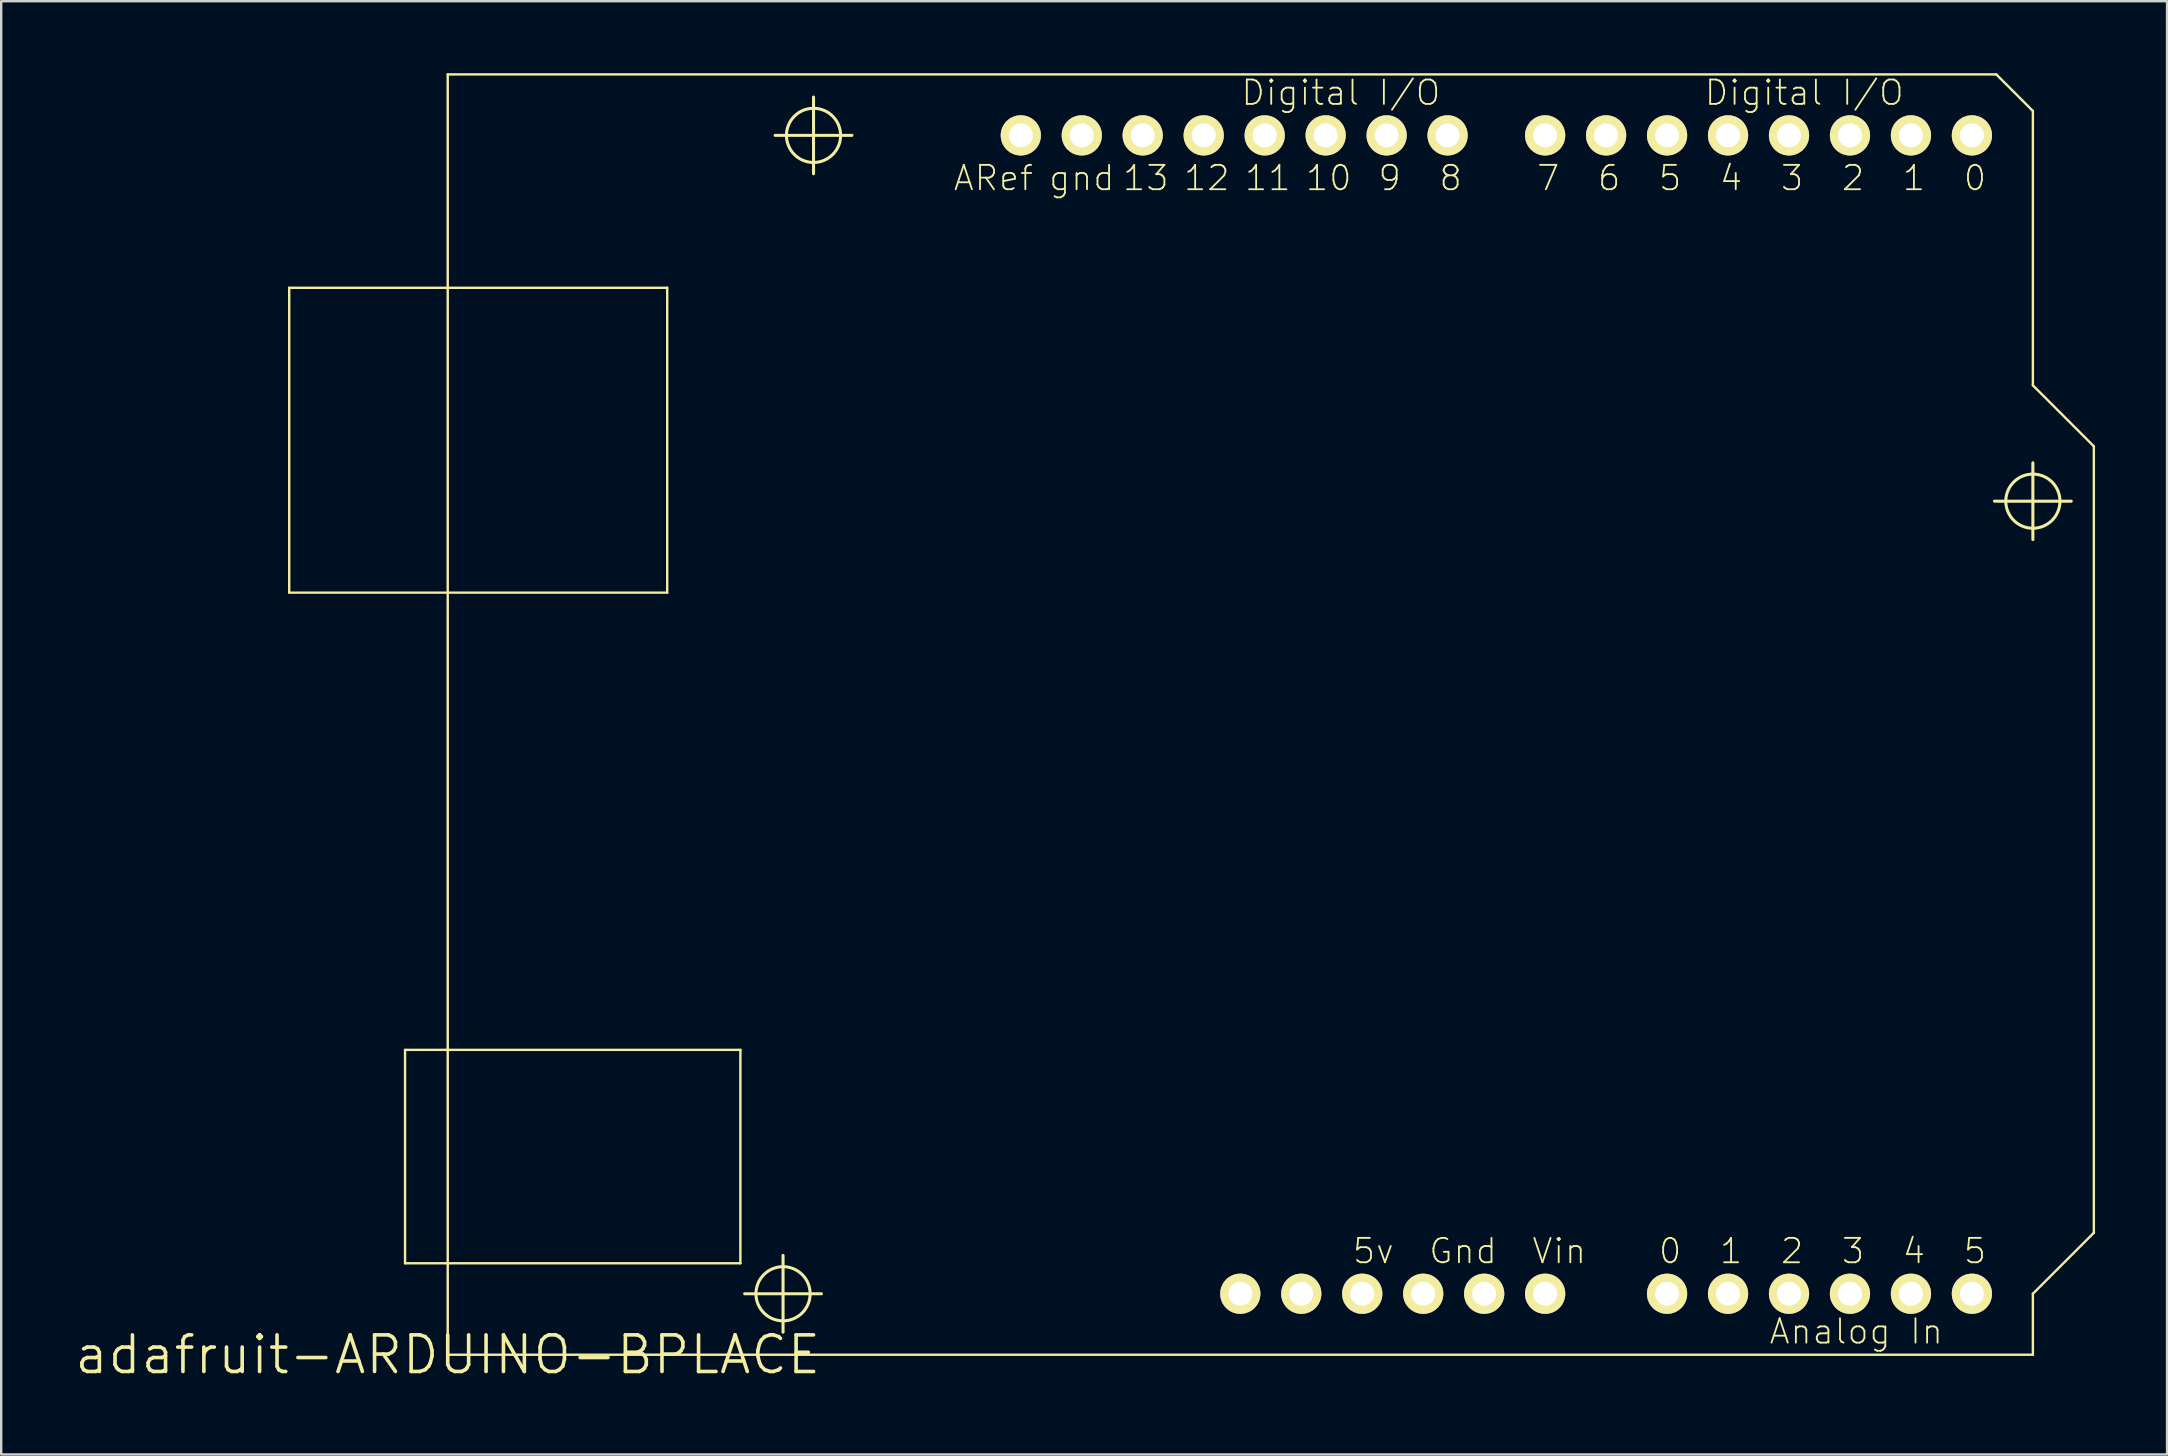
<source format=kicad_pcb>
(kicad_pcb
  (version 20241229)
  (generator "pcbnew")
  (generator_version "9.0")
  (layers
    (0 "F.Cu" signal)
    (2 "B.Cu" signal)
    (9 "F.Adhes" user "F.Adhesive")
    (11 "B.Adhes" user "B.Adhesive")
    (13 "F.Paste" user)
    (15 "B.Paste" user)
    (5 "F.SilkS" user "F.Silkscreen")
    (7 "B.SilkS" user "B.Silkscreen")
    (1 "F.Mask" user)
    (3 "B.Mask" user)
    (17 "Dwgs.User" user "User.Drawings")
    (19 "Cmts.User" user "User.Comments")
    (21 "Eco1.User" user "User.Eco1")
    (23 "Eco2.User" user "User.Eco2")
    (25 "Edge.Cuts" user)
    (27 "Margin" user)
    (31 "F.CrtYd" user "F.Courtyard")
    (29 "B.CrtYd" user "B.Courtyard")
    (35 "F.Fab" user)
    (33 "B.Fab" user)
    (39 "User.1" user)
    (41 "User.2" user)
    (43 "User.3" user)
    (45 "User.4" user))
  (footprint "adafruit-ARDUINO-BPLACE"
    (layer "F.Cu")
    (at 15.603 53.39)
    (property "Reference" "adafruit-ARDUINO-BPLACE" (at 0 0 0) (layer "F.SilkS") (effects (font (size 1.524 1.524) (thickness 0.15))))
    (attr exclude_from_pos_files exclude_from_bom)
    (fp_line (start -6.604 -44.45) (end -6.604 -31.75) (stroke (width 0.1) (type solid)) (layer "F.SilkS"))
    (fp_line (start -6.604 -31.75) (end 9.144 -31.75) (stroke (width 0.1) (type solid)) (layer "F.SilkS"))
    (fp_line (start -1.778 -12.7) (end -1.778 -3.81) (stroke (width 0.1) (type solid)) (layer "F.SilkS"))
    (fp_line (start -1.778 -3.81) (end 12.192 -3.81) (stroke (width 0.1) (type solid)) (layer "F.SilkS"))
    (fp_line (start 0 -53.34) (end 0 0) (stroke (width 0.1) (type solid)) (layer "F.SilkS"))
    (fp_line (start 0 0) (end 66.04 0) (stroke (width 0.1) (type solid)) (layer "F.SilkS"))
    (fp_line (start 9.144 -44.45) (end -6.604 -44.45) (stroke (width 0.1) (type solid)) (layer "F.SilkS"))
    (fp_line (start 9.144 -31.75) (end 9.144 -44.45) (stroke (width 0.1) (type solid)) (layer "F.SilkS"))
    (fp_line (start 12.192 -12.7) (end -1.778 -12.7) (stroke (width 0.1) (type solid)) (layer "F.SilkS"))
    (fp_line (start 12.192 -3.81) (end 12.192 -12.7) (stroke (width 0.1) (type solid)) (layer "F.SilkS"))
    (fp_line (start 12.37 -2.54) (end 15.568 -2.54) (stroke (width 0.127) (type solid)) (layer "F.SilkS"))
    (fp_line (start 13.64 -50.8) (end 16.838 -50.8) (stroke (width 0.127) (type solid)) (layer "F.SilkS"))
    (fp_line (start 13.97 -0.94) (end 13.97 -4.138) (stroke (width 0.127) (type solid)) (layer "F.SilkS"))
    (fp_line (start 15.24 -49.2) (end 15.24 -52.398) (stroke (width 0.127) (type solid)) (layer "F.SilkS"))
    (fp_line (start 64.44 -35.56) (end 67.638 -35.56) (stroke (width 0.127) (type solid)) (layer "F.SilkS"))
    (fp_line (start 64.516 -53.34) (end 0 -53.34) (stroke (width 0.1) (type solid)) (layer "F.SilkS"))
    (fp_line (start 66.04 -51.816) (end 64.516 -53.34) (stroke (width 0.1) (type solid)) (layer "F.SilkS"))
    (fp_line (start 66.04 -40.386) (end 66.04 -51.816) (stroke (width 0.1) (type solid)) (layer "F.SilkS"))
    (fp_line (start 66.04 -33.96) (end 66.04 -37.158) (stroke (width 0.127) (type solid)) (layer "F.SilkS"))
    (fp_line (start 66.04 -2.54) (end 68.58 -5.08) (stroke (width 0.1) (type solid)) (layer "F.SilkS"))
    (fp_line (start 66.04 0) (end 66.04 -2.54) (stroke (width 0.1) (type solid)) (layer "F.SilkS"))
    (fp_line (start 68.58 -37.846) (end 66.04 -40.386) (stroke (width 0.1) (type solid)) (layer "F.SilkS"))
    (fp_line (start 68.58 -5.08) (end 68.58 -37.846) (stroke (width 0.1) (type solid)) (layer "F.SilkS"))
    (fp_circle (center 13.97 -2.54) (end 14.768 -3.338) (stroke (width 0.127) (type solid)) (fill no) (layer "F.SilkS"))
    (fp_circle (center 15.24 -50.8) (end 16.038 -51.598) (stroke (width 0.127) (type solid)) (fill no) (layer "F.SilkS"))
    (fp_circle (center 66.04 -35.56) (end 66.838 -36.358) (stroke (width 0.127) (type solid)) (fill no) (layer "F.SilkS"))
    (fp_text user "Vin" (at 46.309 -4.318 0) (layer "F.SilkS") (effects (font (size 1.016 1.016) (thickness 0.076))))
    (fp_text user "1" (at 53.467 -4.318 0) (layer "F.SilkS") (effects (font (size 1.016 1.016) (thickness 0.076))))
    (fp_text user "ARef" (at 22.733 -49.022 180) (layer "F.SilkS") (effects (font (size 1.016 1.016) (thickness 0.076))))
    (fp_text user "4" (at 53.467 -49.022 180) (layer "F.SilkS") (effects (font (size 1.016 1.016) (thickness 0.076))))
    (fp_text user "12" (at 31.623 -49.022 180) (layer "F.SilkS") (effects (font (size 1.016 1.016) (thickness 0.076))))
    (fp_text user "Analog In" (at 58.682 -0.97 0) (layer "F.SilkS") (effects (font (size 1.016 1.016) (thickness 0.076))))
    (fp_text user "5" (at 50.927 -49.022 180) (layer "F.SilkS") (effects (font (size 1.016 1.016) (thickness 0.076))))
    (fp_text user "8" (at 41.783 -49.022 180) (layer "F.SilkS") (effects (font (size 1.016 1.016) (thickness 0.076))))
    (fp_text user "13" (at 29.083 -49.022 180) (layer "F.SilkS") (effects (font (size 1.016 1.016) (thickness 0.076))))
    (fp_text user "2" (at 56.007 -4.318 0) (layer "F.SilkS") (effects (font (size 1.016 1.016) (thickness 0.076))))
    (fp_text user "gnd" (at 26.416 -49.022 180) (layer "F.SilkS") (effects (font (size 1.016 1.016) (thickness 0.076))))
    (fp_text user "11" (at 34.163 -49.022 180) (layer "F.SilkS") (effects (font (size 1.016 1.016) (thickness 0.076))))
    (fp_text user "2" (at 58.547 -49.022 180) (layer "F.SilkS") (effects (font (size 1.016 1.016) (thickness 0.076))))
    (fp_text user "3" (at 58.547 -4.318 0) (layer "F.SilkS") (effects (font (size 1.016 1.016) (thickness 0.076))))
    (fp_text user "7" (at 45.847 -49.022 180) (layer "F.SilkS") (effects (font (size 1.016 1.016) (thickness 0.076))))
    (fp_text user "5v" (at 38.562 -4.318 0) (layer "F.SilkS") (effects (font (size 1.016 1.016) (thickness 0.076))))
    (fp_text user "Digital I/O" (at 56.515 -52.578 0) (layer "F.SilkS") (effects (font (size 1.016 1.016) (thickness 0.076))))
    (fp_text user "6" (at 48.387 -49.022 180) (layer "F.SilkS") (effects (font (size 1.016 1.016) (thickness 0.076))))
    (fp_text user "Gnd" (at 42.299 -4.318 0) (layer "F.SilkS") (effects (font (size 1.016 1.016) (thickness 0.076))))
    (fp_text user "0" (at 50.927 -4.318 0) (layer "F.SilkS") (effects (font (size 1.016 1.016) (thickness 0.076))))
    (fp_text user "0" (at 63.627 -49.022 180) (layer "F.SilkS") (effects (font (size 1.016 1.016) (thickness 0.076))))
    (fp_text user "4" (at 61.084 -4.318 0) (layer "F.SilkS") (effects (font (size 1.016 1.016) (thickness 0.076))))
    (fp_text user "1" (at 61.084 -49.022 180) (layer "F.SilkS") (effects (font (size 1.016 1.016) (thickness 0.076))))
    (fp_text user "9" (at 39.243 -49.022 180) (layer "F.SilkS") (effects (font (size 1.016 1.016) (thickness 0.076))))
    (fp_text user "5" (at 63.627 -4.318 0) (layer "F.SilkS") (effects (font (size 1.016 1.016) (thickness 0.076))))
    (fp_text user "3" (at 56.007 -49.022 180) (layer "F.SilkS") (effects (font (size 1.016 1.016) (thickness 0.076))))
    (fp_text user "10" (at 36.703 -49.022 180) (layer "F.SilkS") (effects (font (size 1.016 1.016) (thickness 0.076))))
    (fp_text user "Digital I/O" (at 37.211 -52.578 0) (layer "F.SilkS") (effects (font (size 1.016 1.016) (thickness 0.076))))
    (pad "3V" thru_hole circle (at 35.56 -2.54) (size 1.676 1.676) (drill 0.998) (layers "*.Cu" "F.Mask" "F.SilkS" "F.Paste"))
    (pad "5V" thru_hole circle (at 38.1 -2.54) (size 1.676 1.676) (drill 0.998) (layers "*.Cu" "F.Mask" "F.SilkS" "F.Paste"))
    (pad "A0" thru_hole circle (at 50.8 -2.54) (size 1.676 1.676) (drill 0.998) (layers "*.Cu" "F.Mask" "F.SilkS" "F.Paste"))
    (pad "A1" thru_hole circle (at 53.34 -2.54) (size 1.676 1.676) (drill 0.998) (layers "*.Cu" "F.Mask" "F.SilkS" "F.Paste"))
    (pad "A2" thru_hole circle (at 55.88 -2.54) (size 1.676 1.676) (drill 0.998) (layers "*.Cu" "F.Mask" "F.SilkS" "F.Paste"))
    (pad "A3" thru_hole circle (at 58.42 -2.54) (size 1.676 1.676) (drill 0.998) (layers "*.Cu" "F.Mask" "F.SilkS" "F.Paste"))
    (pad "A4" thru_hole circle (at 60.96 -2.54) (size 1.676 1.676) (drill 0.998) (layers "*.Cu" "F.Mask" "F.SilkS" "F.Paste"))
    (pad "A5" thru_hole circle (at 63.5 -2.54) (size 1.676 1.676) (drill 0.998) (layers "*.Cu" "F.Mask" "F.SilkS" "F.Paste"))
    (pad "AREF" thru_hole circle (at 23.876 -50.8) (size 1.676 1.676) (drill 0.998) (layers "*.Cu" "F.Mask" "F.SilkS" "F.Paste"))
    (pad "D0" thru_hole circle (at 63.5 -50.8) (size 1.676 1.676) (drill 0.998) (layers "*.Cu" "F.Mask" "F.SilkS" "F.Paste"))
    (pad "D1" thru_hole circle (at 60.96 -50.8) (size 1.676 1.676) (drill 0.998) (layers "*.Cu" "F.Mask" "F.SilkS" "F.Paste"))
    (pad "D2" thru_hole circle (at 58.42 -50.8) (size 1.676 1.676) (drill 0.998) (layers "*.Cu" "F.Mask" "F.SilkS" "F.Paste"))
    (pad "D3" thru_hole circle (at 55.88 -50.8) (size 1.676 1.676) (drill 0.998) (layers "*.Cu" "F.Mask" "F.SilkS" "F.Paste"))
    (pad "D4" thru_hole circle (at 53.34 -50.8) (size 1.676 1.676) (drill 0.998) (layers "*.Cu" "F.Mask" "F.SilkS" "F.Paste"))
    (pad "D5" thru_hole circle (at 50.8 -50.8) (size 1.676 1.676) (drill 0.998) (layers "*.Cu" "F.Mask" "F.SilkS" "F.Paste"))
    (pad "D6" thru_hole circle (at 48.26 -50.8) (size 1.676 1.676) (drill 0.998) (layers "*.Cu" "F.Mask" "F.SilkS" "F.Paste"))
    (pad "D7" thru_hole circle (at 45.72 -50.8) (size 1.676 1.676) (drill 0.998) (layers "*.Cu" "F.Mask" "F.SilkS" "F.Paste"))
    (pad "D8" thru_hole circle (at 41.656 -50.8) (size 1.676 1.676) (drill 0.998) (layers "*.Cu" "F.Mask" "F.SilkS" "F.Paste"))
    (pad "D9" thru_hole circle (at 39.116 -50.8) (size 1.676 1.676) (drill 0.998) (layers "*.Cu" "F.Mask" "F.SilkS" "F.Paste"))
    (pad "D10" thru_hole circle (at 36.576 -50.8) (size 1.676 1.676) (drill 0.998) (layers "*.Cu" "F.Mask" "F.SilkS" "F.Paste"))
    (pad "D11" thru_hole circle (at 34.036 -50.8) (size 1.676 1.676) (drill 0.998) (layers "*.Cu" "F.Mask" "F.SilkS" "F.Paste"))
    (pad "D12" thru_hole circle (at 31.496 -50.8) (size 1.676 1.676) (drill 0.998) (layers "*.Cu" "F.Mask" "F.SilkS" "F.Paste"))
    (pad "D13" thru_hole circle (at 28.953 -50.8) (size 1.676 1.676) (drill 0.998) (layers "*.Cu" "F.Mask" "F.SilkS" "F.Paste"))
    (pad "GND" thru_hole circle (at 26.416 -50.8) (size 1.676 1.676) (drill 0.998) (layers "*.Cu" "F.Mask" "F.SilkS" "F.Paste"))
    (pad "GND1" thru_hole circle (at 43.18 -2.54) (size 1.676 1.676) (drill 0.998) (layers "*.Cu" "F.Mask" "F.SilkS" "F.Paste"))
    (pad "GND2" thru_hole circle (at 40.64 -2.54) (size 1.676 1.676) (drill 0.998) (layers "*.Cu" "F.Mask" "F.SilkS" "F.Paste"))
    (pad "RESE" thru_hole circle (at 33.02 -2.54) (size 1.676 1.676) (drill 0.998) (layers "*.Cu" "F.Mask" "F.SilkS" "F.Paste"))
    (pad "VIN" thru_hole circle (at 45.72 -2.54) (size 1.676 1.676) (drill 0.998) (layers "*.Cu" "F.Mask" "F.SilkS" "F.Paste")))
  (gr_rect
    (start -3 -3)
    (end 87.233 57.545)
    (stroke (width 0.1) (type default))
    (fill no)
    (layer "Edge.Cuts")))
</source>
